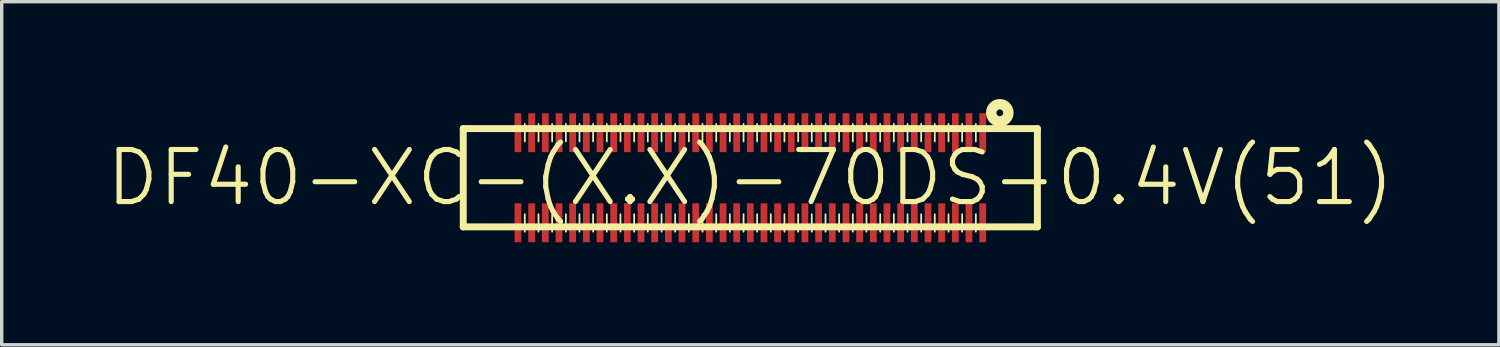
<source format=kicad_pcb>
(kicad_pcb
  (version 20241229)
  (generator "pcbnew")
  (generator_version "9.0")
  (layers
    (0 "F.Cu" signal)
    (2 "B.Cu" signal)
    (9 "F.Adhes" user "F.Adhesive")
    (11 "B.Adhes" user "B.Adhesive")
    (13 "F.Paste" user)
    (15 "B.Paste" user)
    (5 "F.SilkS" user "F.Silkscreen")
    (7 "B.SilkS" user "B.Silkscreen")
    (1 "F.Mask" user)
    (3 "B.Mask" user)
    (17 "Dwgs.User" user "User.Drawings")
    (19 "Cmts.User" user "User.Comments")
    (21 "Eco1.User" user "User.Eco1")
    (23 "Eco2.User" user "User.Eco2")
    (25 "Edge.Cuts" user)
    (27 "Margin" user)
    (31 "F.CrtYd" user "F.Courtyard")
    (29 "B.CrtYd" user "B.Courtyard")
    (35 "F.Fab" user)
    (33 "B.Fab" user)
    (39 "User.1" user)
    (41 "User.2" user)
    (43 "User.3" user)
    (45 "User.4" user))
  (footprint "DF40-XC-(X.X)-70DS-0.4V(51)"
    (layer "F.Cu")
    (at 18.905 2.151)
    (property "Reference" "DF40-XC-(X.X)-70DS-0.4V(51)" (at 0 0 0) (layer "F.SilkS") (effects (font (size 1.524 1.524) (thickness 0.15))))
    (attr smd)
    (fp_line (start -8.4 -1.438) (end 8.4 -1.438) (stroke (width 0.203) (type solid)) (layer "F.SilkS"))
    (fp_line (start -8.4 1.438) (end -8.4 -1.438) (stroke (width 0.203) (type solid)) (layer "F.SilkS"))
    (fp_line (start -6.599 -1.062) (end -6.599 -1.575) (stroke (width 0.051) (type solid)) (layer "F.SilkS"))
    (fp_line (start -6.599 1.58) (end -6.599 1.067) (stroke (width 0.051) (type solid)) (layer "F.SilkS"))
    (fp_line (start -6.198 -1.062) (end -6.198 -1.575) (stroke (width 0.051) (type solid)) (layer "F.SilkS"))
    (fp_line (start -6.198 1.58) (end -6.198 1.067) (stroke (width 0.051) (type solid)) (layer "F.SilkS"))
    (fp_line (start -5.799 -1.062) (end -5.799 -1.575) (stroke (width 0.051) (type solid)) (layer "F.SilkS"))
    (fp_line (start -5.799 1.58) (end -5.799 1.067) (stroke (width 0.051) (type solid)) (layer "F.SilkS"))
    (fp_line (start -5.397 -1.062) (end -5.397 -1.575) (stroke (width 0.051) (type solid)) (layer "F.SilkS"))
    (fp_line (start -5.397 1.58) (end -5.397 1.067) (stroke (width 0.051) (type solid)) (layer "F.SilkS"))
    (fp_line (start -4.999 -1.062) (end -4.999 -1.575) (stroke (width 0.051) (type solid)) (layer "F.SilkS"))
    (fp_line (start -4.999 1.58) (end -4.999 1.067) (stroke (width 0.051) (type solid)) (layer "F.SilkS"))
    (fp_line (start -4.6 -1.062) (end -4.6 -1.575) (stroke (width 0.051) (type solid)) (layer "F.SilkS"))
    (fp_line (start -4.6 1.58) (end -4.6 1.067) (stroke (width 0.051) (type solid)) (layer "F.SilkS"))
    (fp_line (start -4.199 -1.062) (end -4.199 -1.575) (stroke (width 0.051) (type solid)) (layer "F.SilkS"))
    (fp_line (start -4.199 1.58) (end -4.199 1.067) (stroke (width 0.051) (type solid)) (layer "F.SilkS"))
    (fp_line (start -3.8 -1.062) (end -3.8 -1.575) (stroke (width 0.051) (type solid)) (layer "F.SilkS"))
    (fp_line (start -3.8 1.58) (end -3.8 1.067) (stroke (width 0.051) (type solid)) (layer "F.SilkS"))
    (fp_line (start -3.399 -1.062) (end -3.399 -1.575) (stroke (width 0.051) (type solid)) (layer "F.SilkS"))
    (fp_line (start -3.399 1.58) (end -3.399 1.067) (stroke (width 0.051) (type solid)) (layer "F.SilkS"))
    (fp_line (start -3 -1.062) (end -3 -1.575) (stroke (width 0.051) (type solid)) (layer "F.SilkS"))
    (fp_line (start -3 1.58) (end -3 1.067) (stroke (width 0.051) (type solid)) (layer "F.SilkS"))
    (fp_line (start -2.598 -1.062) (end -2.598 -1.575) (stroke (width 0.051) (type solid)) (layer "F.SilkS"))
    (fp_line (start -2.598 1.58) (end -2.598 1.067) (stroke (width 0.051) (type solid)) (layer "F.SilkS"))
    (fp_line (start -2.2 -1.062) (end -2.2 -1.575) (stroke (width 0.051) (type solid)) (layer "F.SilkS"))
    (fp_line (start -2.2 1.58) (end -2.2 1.067) (stroke (width 0.051) (type solid)) (layer "F.SilkS"))
    (fp_line (start -1.798 -1.062) (end -1.798 -1.575) (stroke (width 0.051) (type solid)) (layer "F.SilkS"))
    (fp_line (start -1.798 1.58) (end -1.798 1.067) (stroke (width 0.051) (type solid)) (layer "F.SilkS"))
    (fp_line (start -1.4 -1.062) (end -1.4 -1.575) (stroke (width 0.051) (type solid)) (layer "F.SilkS"))
    (fp_line (start -1.4 1.58) (end -1.4 1.067) (stroke (width 0.051) (type solid)) (layer "F.SilkS"))
    (fp_line (start -0.998 -1.062) (end -0.998 -1.575) (stroke (width 0.051) (type solid)) (layer "F.SilkS"))
    (fp_line (start -0.998 1.58) (end -0.998 1.067) (stroke (width 0.051) (type solid)) (layer "F.SilkS"))
    (fp_line (start -0.599 -1.062) (end -0.599 -1.575) (stroke (width 0.051) (type solid)) (layer "F.SilkS"))
    (fp_line (start -0.599 1.58) (end -0.599 1.067) (stroke (width 0.051) (type solid)) (layer "F.SilkS"))
    (fp_line (start -0.198 -1.062) (end -0.198 -1.575) (stroke (width 0.051) (type solid)) (layer "F.SilkS"))
    (fp_line (start -0.198 1.58) (end -0.198 1.067) (stroke (width 0.051) (type solid)) (layer "F.SilkS"))
    (fp_line (start 0.198 -1.062) (end 0.198 -1.575) (stroke (width 0.051) (type solid)) (layer "F.SilkS"))
    (fp_line (start 0.198 1.58) (end 0.198 1.067) (stroke (width 0.051) (type solid)) (layer "F.SilkS"))
    (fp_line (start 0.599 -1.062) (end 0.599 -1.575) (stroke (width 0.051) (type solid)) (layer "F.SilkS"))
    (fp_line (start 0.599 1.58) (end 0.599 1.067) (stroke (width 0.051) (type solid)) (layer "F.SilkS"))
    (fp_line (start 0.998 -1.062) (end 0.998 -1.575) (stroke (width 0.051) (type solid)) (layer "F.SilkS"))
    (fp_line (start 0.998 1.58) (end 0.998 1.067) (stroke (width 0.051) (type solid)) (layer "F.SilkS"))
    (fp_line (start 1.4 -1.062) (end 1.4 -1.575) (stroke (width 0.051) (type solid)) (layer "F.SilkS"))
    (fp_line (start 1.4 1.58) (end 1.4 1.067) (stroke (width 0.051) (type solid)) (layer "F.SilkS"))
    (fp_line (start 1.798 -1.062) (end 1.798 -1.575) (stroke (width 0.051) (type solid)) (layer "F.SilkS"))
    (fp_line (start 1.798 1.58) (end 1.798 1.067) (stroke (width 0.051) (type solid)) (layer "F.SilkS"))
    (fp_line (start 2.2 -1.062) (end 2.2 -1.575) (stroke (width 0.051) (type solid)) (layer "F.SilkS"))
    (fp_line (start 2.2 1.58) (end 2.2 1.067) (stroke (width 0.051) (type solid)) (layer "F.SilkS"))
    (fp_line (start 2.598 -1.062) (end 2.598 -1.575) (stroke (width 0.051) (type solid)) (layer "F.SilkS"))
    (fp_line (start 2.598 1.58) (end 2.598 1.067) (stroke (width 0.051) (type solid)) (layer "F.SilkS"))
    (fp_line (start 3 -1.062) (end 3 -1.575) (stroke (width 0.051) (type solid)) (layer "F.SilkS"))
    (fp_line (start 3 1.58) (end 3 1.067) (stroke (width 0.051) (type solid)) (layer "F.SilkS"))
    (fp_line (start 3.399 -1.062) (end 3.399 -1.575) (stroke (width 0.051) (type solid)) (layer "F.SilkS"))
    (fp_line (start 3.399 1.58) (end 3.399 1.067) (stroke (width 0.051) (type solid)) (layer "F.SilkS"))
    (fp_line (start 3.8 -1.062) (end 3.8 -1.575) (stroke (width 0.051) (type solid)) (layer "F.SilkS"))
    (fp_line (start 3.8 1.58) (end 3.8 1.067) (stroke (width 0.051) (type solid)) (layer "F.SilkS"))
    (fp_line (start 4.199 -1.062) (end 4.199 -1.575) (stroke (width 0.051) (type solid)) (layer "F.SilkS"))
    (fp_line (start 4.199 1.58) (end 4.199 1.067) (stroke (width 0.051) (type solid)) (layer "F.SilkS"))
    (fp_line (start 4.6 -1.062) (end 4.6 -1.575) (stroke (width 0.051) (type solid)) (layer "F.SilkS"))
    (fp_line (start 4.6 1.58) (end 4.6 1.067) (stroke (width 0.051) (type solid)) (layer "F.SilkS"))
    (fp_line (start 4.999 -1.062) (end 4.999 -1.575) (stroke (width 0.051) (type solid)) (layer "F.SilkS"))
    (fp_line (start 4.999 1.58) (end 4.999 1.067) (stroke (width 0.051) (type solid)) (layer "F.SilkS"))
    (fp_line (start 5.397 -1.062) (end 5.397 -1.575) (stroke (width 0.051) (type solid)) (layer "F.SilkS"))
    (fp_line (start 5.397 1.58) (end 5.397 1.067) (stroke (width 0.051) (type solid)) (layer "F.SilkS"))
    (fp_line (start 5.799 -1.062) (end 5.799 -1.575) (stroke (width 0.051) (type solid)) (layer "F.SilkS"))
    (fp_line (start 5.799 1.58) (end 5.799 1.067) (stroke (width 0.051) (type solid)) (layer "F.SilkS"))
    (fp_line (start 6.198 -1.062) (end 6.198 -1.575) (stroke (width 0.051) (type solid)) (layer "F.SilkS"))
    (fp_line (start 6.198 1.58) (end 6.198 1.067) (stroke (width 0.051) (type solid)) (layer "F.SilkS"))
    (fp_line (start 6.599 -1.062) (end 6.599 -1.575) (stroke (width 0.051) (type solid)) (layer "F.SilkS"))
    (fp_line (start 6.599 1.58) (end 6.599 1.067) (stroke (width 0.051) (type solid)) (layer "F.SilkS"))
    (fp_line (start 8.4 -1.438) (end 8.4 1.438) (stroke (width 0.203) (type solid)) (layer "F.SilkS"))
    (fp_line (start 8.4 1.438) (end -8.4 1.438) (stroke (width 0.203) (type solid)) (layer "F.SilkS"))
    (fp_circle (center 7.3 -1.9) (end 7.3 -1.999) (stroke (width 0.305) (type solid)) (fill no) (layer "F.SilkS"))
    (pad "1" smd rect (at 6.8 -1.318) (size 0.198 1.138) (layers "F.Cu" "F.Mask" "F.Paste"))
    (pad "2" smd rect (at 6.8 1.318) (size 0.198 1.138) (layers "F.Cu" "F.Mask" "F.Paste"))
    (pad "3" smd rect (at 6.398 -1.318) (size 0.198 1.138) (layers "F.Cu" "F.Mask" "F.Paste"))
    (pad "4" smd rect (at 6.398 1.318) (size 0.198 1.138) (layers "F.Cu" "F.Mask" "F.Paste"))
    (pad "5" smd rect (at 5.999 -1.318) (size 0.198 1.138) (layers "F.Cu" "F.Mask" "F.Paste"))
    (pad "6" smd rect (at 5.999 1.318) (size 0.198 1.138) (layers "F.Cu" "F.Mask" "F.Paste"))
    (pad "7" smd rect (at 5.598 -1.318) (size 0.198 1.138) (layers "F.Cu" "F.Mask" "F.Paste"))
    (pad "8" smd rect (at 5.598 1.318) (size 0.198 1.138) (layers "F.Cu" "F.Mask" "F.Paste"))
    (pad "9" smd rect (at 5.199 -1.318) (size 0.198 1.138) (layers "F.Cu" "F.Mask" "F.Paste"))
    (pad "10" smd rect (at 5.199 1.318) (size 0.198 1.138) (layers "F.Cu" "F.Mask" "F.Paste"))
    (pad "11" smd rect (at 4.798 -1.318) (size 0.198 1.138) (layers "F.Cu" "F.Mask" "F.Paste"))
    (pad "12" smd rect (at 4.798 1.318) (size 0.198 1.138) (layers "F.Cu" "F.Mask" "F.Paste"))
    (pad "13" smd rect (at 4.399 -1.318) (size 0.198 1.138) (layers "F.Cu" "F.Mask" "F.Paste"))
    (pad "14" smd rect (at 4.399 1.318) (size 0.198 1.138) (layers "F.Cu" "F.Mask" "F.Paste"))
    (pad "15" smd rect (at 3.998 -1.318) (size 0.198 1.138) (layers "F.Cu" "F.Mask" "F.Paste"))
    (pad "16" smd rect (at 3.998 1.318) (size 0.198 1.138) (layers "F.Cu" "F.Mask" "F.Paste"))
    (pad "17" smd rect (at 3.599 -1.318) (size 0.198 1.138) (layers "F.Cu" "F.Mask" "F.Paste"))
    (pad "18" smd rect (at 3.599 1.318) (size 0.198 1.138) (layers "F.Cu" "F.Mask" "F.Paste"))
    (pad "19" smd rect (at 3.198 -1.318) (size 0.198 1.138) (layers "F.Cu" "F.Mask" "F.Paste"))
    (pad "20" smd rect (at 3.198 1.318) (size 0.198 1.138) (layers "F.Cu" "F.Mask" "F.Paste"))
    (pad "21" smd rect (at 2.799 -1.318) (size 0.198 1.138) (layers "F.Cu" "F.Mask" "F.Paste"))
    (pad "22" smd rect (at 2.799 1.318) (size 0.198 1.138) (layers "F.Cu" "F.Mask" "F.Paste"))
    (pad "23" smd rect (at 2.398 -1.318) (size 0.198 1.138) (layers "F.Cu" "F.Mask" "F.Paste"))
    (pad "24" smd rect (at 2.398 1.318) (size 0.198 1.138) (layers "F.Cu" "F.Mask" "F.Paste"))
    (pad "25" smd rect (at 1.999 -1.318) (size 0.198 1.138) (layers "F.Cu" "F.Mask" "F.Paste"))
    (pad "26" smd rect (at 1.999 1.318) (size 0.198 1.138) (layers "F.Cu" "F.Mask" "F.Paste"))
    (pad "27" smd rect (at 1.598 -1.318) (size 0.198 1.138) (layers "F.Cu" "F.Mask" "F.Paste"))
    (pad "28" smd rect (at 1.598 1.318) (size 0.198 1.138) (layers "F.Cu" "F.Mask" "F.Paste"))
    (pad "29" smd rect (at 1.199 -1.318) (size 0.198 1.138) (layers "F.Cu" "F.Mask" "F.Paste"))
    (pad "30" smd rect (at 1.199 1.318) (size 0.198 1.138) (layers "F.Cu" "F.Mask" "F.Paste"))
    (pad "31" smd rect (at 0.798 -1.318) (size 0.198 1.138) (layers "F.Cu" "F.Mask" "F.Paste"))
    (pad "32" smd rect (at 0.798 1.318) (size 0.198 1.138) (layers "F.Cu" "F.Mask" "F.Paste"))
    (pad "33" smd rect (at 0.399 -1.318) (size 0.198 1.138) (layers "F.Cu" "F.Mask" "F.Paste"))
    (pad "34" smd rect (at 0.399 1.318) (size 0.198 1.138) (layers "F.Cu" "F.Mask" "F.Paste"))
    (pad "35" smd rect (at 0 -1.318) (size 0.198 1.138) (layers "F.Cu" "F.Mask" "F.Paste"))
    (pad "36" smd rect (at 0 1.318) (size 0.198 1.138) (layers "F.Cu" "F.Mask" "F.Paste"))
    (pad "37" smd rect (at -0.399 -1.318) (size 0.198 1.138) (layers "F.Cu" "F.Mask" "F.Paste"))
    (pad "38" smd rect (at -0.399 1.318) (size 0.198 1.138) (layers "F.Cu" "F.Mask" "F.Paste"))
    (pad "39" smd rect (at -0.798 -1.318) (size 0.198 1.138) (layers "F.Cu" "F.Mask" "F.Paste"))
    (pad "40" smd rect (at -0.798 1.318) (size 0.198 1.138) (layers "F.Cu" "F.Mask" "F.Paste"))
    (pad "41" smd rect (at -1.199 -1.318) (size 0.198 1.138) (layers "F.Cu" "F.Mask" "F.Paste"))
    (pad "42" smd rect (at -1.199 1.318) (size 0.198 1.138) (layers "F.Cu" "F.Mask" "F.Paste"))
    (pad "43" smd rect (at -1.598 -1.318) (size 0.198 1.138) (layers "F.Cu" "F.Mask" "F.Paste"))
    (pad "44" smd rect (at -1.598 1.318) (size 0.198 1.138) (layers "F.Cu" "F.Mask" "F.Paste"))
    (pad "45" smd rect (at -1.999 -1.318) (size 0.198 1.138) (layers "F.Cu" "F.Mask" "F.Paste"))
    (pad "46" smd rect (at -1.999 1.318) (size 0.198 1.138) (layers "F.Cu" "F.Mask" "F.Paste"))
    (pad "47" smd rect (at -2.398 -1.318) (size 0.198 1.138) (layers "F.Cu" "F.Mask" "F.Paste"))
    (pad "48" smd rect (at -2.398 1.318) (size 0.198 1.138) (layers "F.Cu" "F.Mask" "F.Paste"))
    (pad "49" smd rect (at -2.799 -1.318) (size 0.198 1.138) (layers "F.Cu" "F.Mask" "F.Paste"))
    (pad "50" smd rect (at -2.799 1.318) (size 0.198 1.138) (layers "F.Cu" "F.Mask" "F.Paste"))
    (pad "51" smd rect (at -3.198 -1.318) (size 0.198 1.138) (layers "F.Cu" "F.Mask" "F.Paste"))
    (pad "52" smd rect (at -3.198 1.318) (size 0.198 1.138) (layers "F.Cu" "F.Mask" "F.Paste"))
    (pad "53" smd rect (at -3.599 -1.318) (size 0.198 1.138) (layers "F.Cu" "F.Mask" "F.Paste"))
    (pad "54" smd rect (at -3.599 1.318) (size 0.198 1.138) (layers "F.Cu" "F.Mask" "F.Paste"))
    (pad "55" smd rect (at -3.998 -1.318) (size 0.198 1.138) (layers "F.Cu" "F.Mask" "F.Paste"))
    (pad "56" smd rect (at -3.998 1.318) (size 0.198 1.138) (layers "F.Cu" "F.Mask" "F.Paste"))
    (pad "57" smd rect (at -4.399 -1.318) (size 0.198 1.138) (layers "F.Cu" "F.Mask" "F.Paste"))
    (pad "58" smd rect (at -4.399 1.318) (size 0.198 1.138) (layers "F.Cu" "F.Mask" "F.Paste"))
    (pad "59" smd rect (at -4.798 -1.318) (size 0.198 1.138) (layers "F.Cu" "F.Mask" "F.Paste"))
    (pad "60" smd rect (at -4.798 1.318) (size 0.198 1.138) (layers "F.Cu" "F.Mask" "F.Paste"))
    (pad "61" smd rect (at -5.199 -1.318) (size 0.198 1.138) (layers "F.Cu" "F.Mask" "F.Paste"))
    (pad "62" smd rect (at -5.199 1.318) (size 0.198 1.138) (layers "F.Cu" "F.Mask" "F.Paste"))
    (pad "63" smd rect (at -5.598 -1.318) (size 0.198 1.138) (layers "F.Cu" "F.Mask" "F.Paste"))
    (pad "64" smd rect (at -5.598 1.318) (size 0.198 1.138) (layers "F.Cu" "F.Mask" "F.Paste"))
    (pad "65" smd rect (at -5.999 -1.318) (size 0.198 1.138) (layers "F.Cu" "F.Mask" "F.Paste"))
    (pad "66" smd rect (at -5.999 1.318) (size 0.198 1.138) (layers "F.Cu" "F.Mask" "F.Paste"))
    (pad "67" smd rect (at -6.398 -1.318) (size 0.198 1.138) (layers "F.Cu" "F.Mask" "F.Paste"))
    (pad "68" smd rect (at -6.398 1.318) (size 0.198 1.138) (layers "F.Cu" "F.Mask" "F.Paste"))
    (pad "69" smd rect (at -6.8 -1.318) (size 0.198 1.138) (layers "F.Cu" "F.Mask" "F.Paste"))
    (pad "70" smd rect (at -6.8 1.318) (size 0.198 1.138) (layers "F.Cu" "F.Mask" "F.Paste")))
  (gr_rect
    (start -3 -3)
    (end 40.81 7.039)
    (stroke (width 0.1) (type default))
    (fill no)
    (layer "Edge.Cuts")))
</source>
